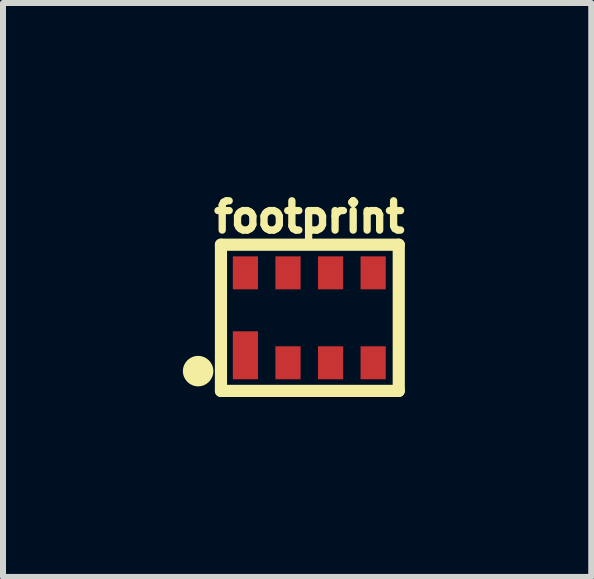
<source format=kicad_pcb>
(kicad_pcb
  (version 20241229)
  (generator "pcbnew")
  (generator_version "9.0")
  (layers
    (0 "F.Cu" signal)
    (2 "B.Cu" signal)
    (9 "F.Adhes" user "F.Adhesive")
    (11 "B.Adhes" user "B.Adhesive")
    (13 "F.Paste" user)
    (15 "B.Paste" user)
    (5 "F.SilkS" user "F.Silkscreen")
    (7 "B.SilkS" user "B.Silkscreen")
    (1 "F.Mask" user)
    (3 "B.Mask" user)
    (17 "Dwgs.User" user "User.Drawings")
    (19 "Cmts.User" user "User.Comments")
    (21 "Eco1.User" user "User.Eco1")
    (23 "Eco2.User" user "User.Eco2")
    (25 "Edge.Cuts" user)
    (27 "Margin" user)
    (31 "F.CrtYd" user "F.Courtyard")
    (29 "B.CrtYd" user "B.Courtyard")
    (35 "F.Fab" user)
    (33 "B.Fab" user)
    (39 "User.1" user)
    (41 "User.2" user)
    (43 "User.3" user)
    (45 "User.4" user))
  (footprint "footprint"
    (layer "F.Cu")
    (at 2.108 2.25)
    (property "Reference" "footprint" (at 0 -1.397 0) (layer "F.SilkS") (effects (font (size 0.488 0.488) (thickness 0.122)) (justify bottom)))
    (fp_line (start -1.473 -1.219) (end -1.473 1.219) (stroke (width 0.203) (type solid)) (layer "F.SilkS"))
    (fp_line (start -1.473 -1.219) (end 1.492 -1.219) (stroke (width 0.203) (type solid)) (layer "F.SilkS"))
    (fp_line (start -1.473 1.219) (end 1.492 1.219) (stroke (width 0.203) (type solid)) (layer "F.SilkS"))
    (fp_line (start 1.492 1.219) (end 1.492 -1.219) (stroke (width 0.203) (type solid)) (layer "F.SilkS"))
    (fp_circle (center -1.854 0.889) (end -1.727 0.889) (stroke (width 0.254) (type solid)) (fill yes) (layer "F.SilkS"))
    (pad "1" smd rect (at -1.065 0.625) (size 0.42 0.8) (layers "F.Cu" "F.Mask" "F.Paste"))
    (pad "2" smd rect (at -0.355 0.75) (size 0.42 0.55) (layers "F.Cu" "F.Mask" "F.Paste"))
    (pad "3" smd rect (at 0.355 0.75) (size 0.42 0.55) (layers "F.Cu" "F.Mask" "F.Paste"))
    (pad "4" smd rect (at 1.065 0.75) (size 0.42 0.55) (layers "F.Cu" "F.Mask" "F.Paste"))
    (pad "5" smd rect (at 1.065 -0.75) (size 0.42 0.55) (layers "F.Cu" "F.Mask" "F.Paste"))
    (pad "6" smd rect (at 0.355 -0.75) (size 0.42 0.55) (layers "F.Cu" "F.Mask" "F.Paste"))
    (pad "7" smd rect (at -0.355 -0.75) (size 0.42 0.55) (layers "F.Cu" "F.Mask" "F.Paste"))
    (pad "8" smd rect (at -1.065 -0.75) (size 0.42 0.55) (layers "F.Cu" "F.Mask" "F.Paste")))
  (gr_rect
    (start -3 -3)
    (end 6.81 6.571)
    (stroke (width 0.1) (type default))
    (fill no)
    (layer "Edge.Cuts")))
</source>
